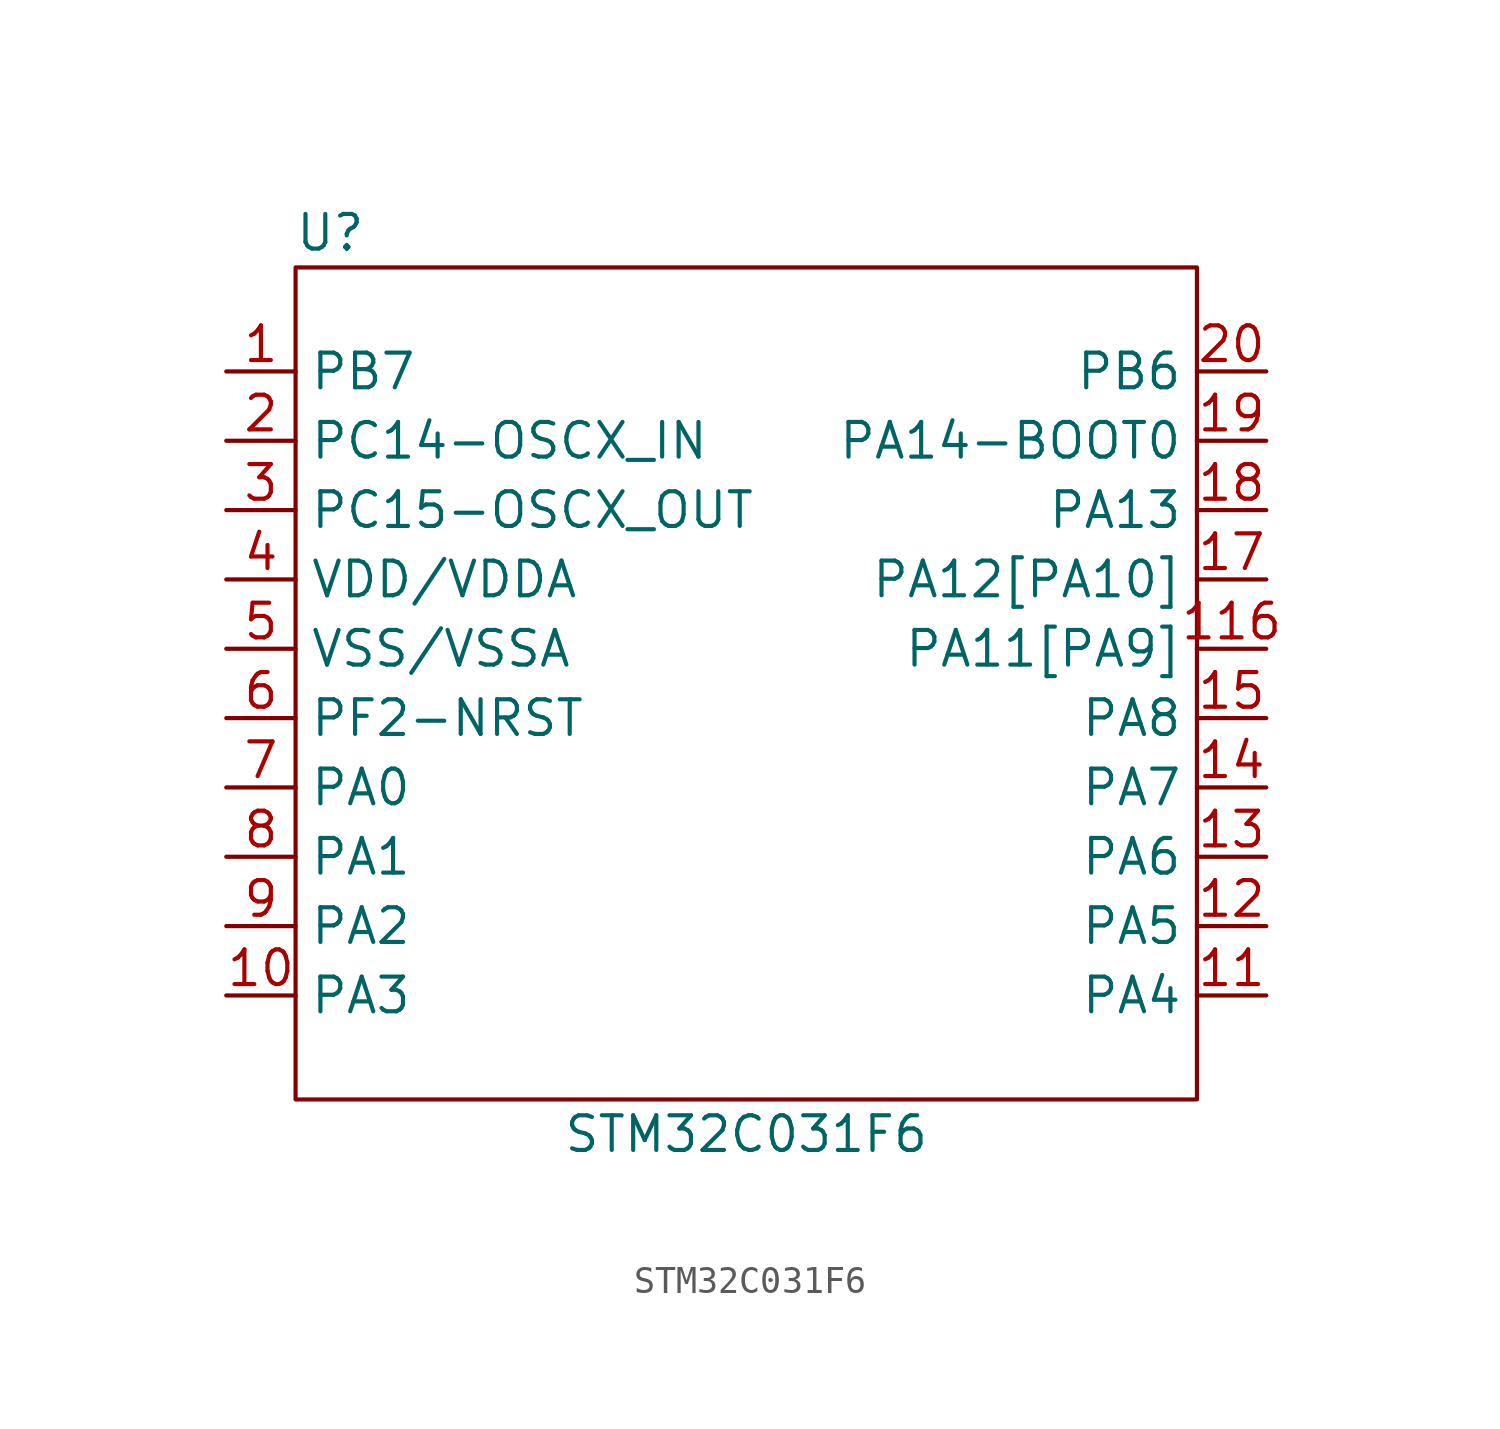
<source format=kicad_sym>
(kicad_symbol_lib
  (version 20211014)
  (generator kicad_symbol_editor)
  (symbol "STM32C031F6"
    (property "Reference" "U"
      (at -15.24 -1.27 0)
      (effects (font (size 1.27 1.27))))
    (property "Value" "STM32C031F6"
      (at 0 -34.29 0)
      (effects (font (size 1.27 1.27))))
    (symbol "STM32C031F6_0_1"
      (rectangle (start -16.51 -2.54) (end 16.51 -33.02) (stroke (width 0) (type default) (color 0 0 0 0)) (fill (type none))))
    (symbol "STM32C031F6_1_1"
      (pin input line (at -19.05 -6.35 0) (length 2.54) (name "PB7" (effects (font (size 1.27 1.27)))) (number "1" (effects (font (size 1.27 1.27)))))
      (pin input line (at -19.05 -29.21 0) (length 2.54) (name "PA3" (effects (font (size 1.27 1.27)))) (number "10" (effects (font (size 1.27 1.27)))))
      (pin input line (at 19.05 -29.21 180) (length 2.54) (name "PA4" (effects (font (size 1.27 1.27)))) (number "11" (effects (font (size 1.27 1.27)))))
      (pin input line (at 19.05 -16.51 180) (length 2.54) (name "PA11[PA9]" (effects (font (size 1.27 1.27)))) (number "116" (effects (font (size 1.27 1.27)))))
      (pin input line (at 19.05 -26.67 180) (length 2.54) (name "PA5" (effects (font (size 1.27 1.27)))) (number "12" (effects (font (size 1.27 1.27)))))
      (pin input line (at 19.05 -24.13 180) (length 2.54) (name "PA6" (effects (font (size 1.27 1.27)))) (number "13" (effects (font (size 1.27 1.27)))))
      (pin input line (at 19.05 -21.59 180) (length 2.54) (name "PA7" (effects (font (size 1.27 1.27)))) (number "14" (effects (font (size 1.27 1.27)))))
      (pin input line (at 19.05 -19.05 180) (length 2.54) (name "PA8" (effects (font (size 1.27 1.27)))) (number "15" (effects (font (size 1.27 1.27)))))
      (pin input line (at 19.05 -13.97 180) (length 2.54) (name "PA12[PA10]" (effects (font (size 1.27 1.27)))) (number "17" (effects (font (size 1.27 1.27)))))
      (pin input line (at 19.05 -11.43 180) (length 2.54) (name "PA13" (effects (font (size 1.27 1.27)))) (number "18" (effects (font (size 1.27 1.27)))))
      (pin input line (at 19.05 -8.89 180) (length 2.54) (name "PA14-BOOT0" (effects (font (size 1.27 1.27)))) (number "19" (effects (font (size 1.27 1.27)))))
      (pin input line (at -19.05 -8.89 0) (length 2.54) (name "PC14-OSCX_IN" (effects (font (size 1.27 1.27)))) (number "2" (effects (font (size 1.27 1.27)))))
      (pin input line (at 19.05 -6.35 180) (length 2.54) (name "PB6" (effects (font (size 1.27 1.27)))) (number "20" (effects (font (size 1.27 1.27)))))
      (pin input line (at -19.05 -11.43 0) (length 2.54) (name "PC15-OSCX_OUT" (effects (font (size 1.27 1.27)))) (number "3" (effects (font (size 1.27 1.27)))))
      (pin input line (at -19.05 -13.97 0) (length 2.54) (name "VDD/VDDA" (effects (font (size 1.27 1.27)))) (number "4" (effects (font (size 1.27 1.27)))))
      (pin input line (at -19.05 -16.51 0) (length 2.54) (name "VSS/VSSA" (effects (font (size 1.27 1.27)))) (number "5" (effects (font (size 1.27 1.27)))))
      (pin input line (at -19.05 -19.05 0) (length 2.54) (name "PF2-NRST" (effects (font (size 1.27 1.27)))) (number "6" (effects (font (size 1.27 1.27)))))
      (pin input line (at -19.05 -21.59 0) (length 2.54) (name "PA0" (effects (font (size 1.27 1.27)))) (number "7" (effects (font (size 1.27 1.27)))))
      (pin input line (at -19.05 -24.13 0) (length 2.54) (name "PA1" (effects (font (size 1.27 1.27)))) (number "8" (effects (font (size 1.27 1.27)))))
      (pin input line (at -19.05 -26.67 0) (length 2.54) (name "PA2" (effects (font (size 1.27 1.27)))) (number "9" (effects (font (size 1.27 1.27))))))))
</source>
